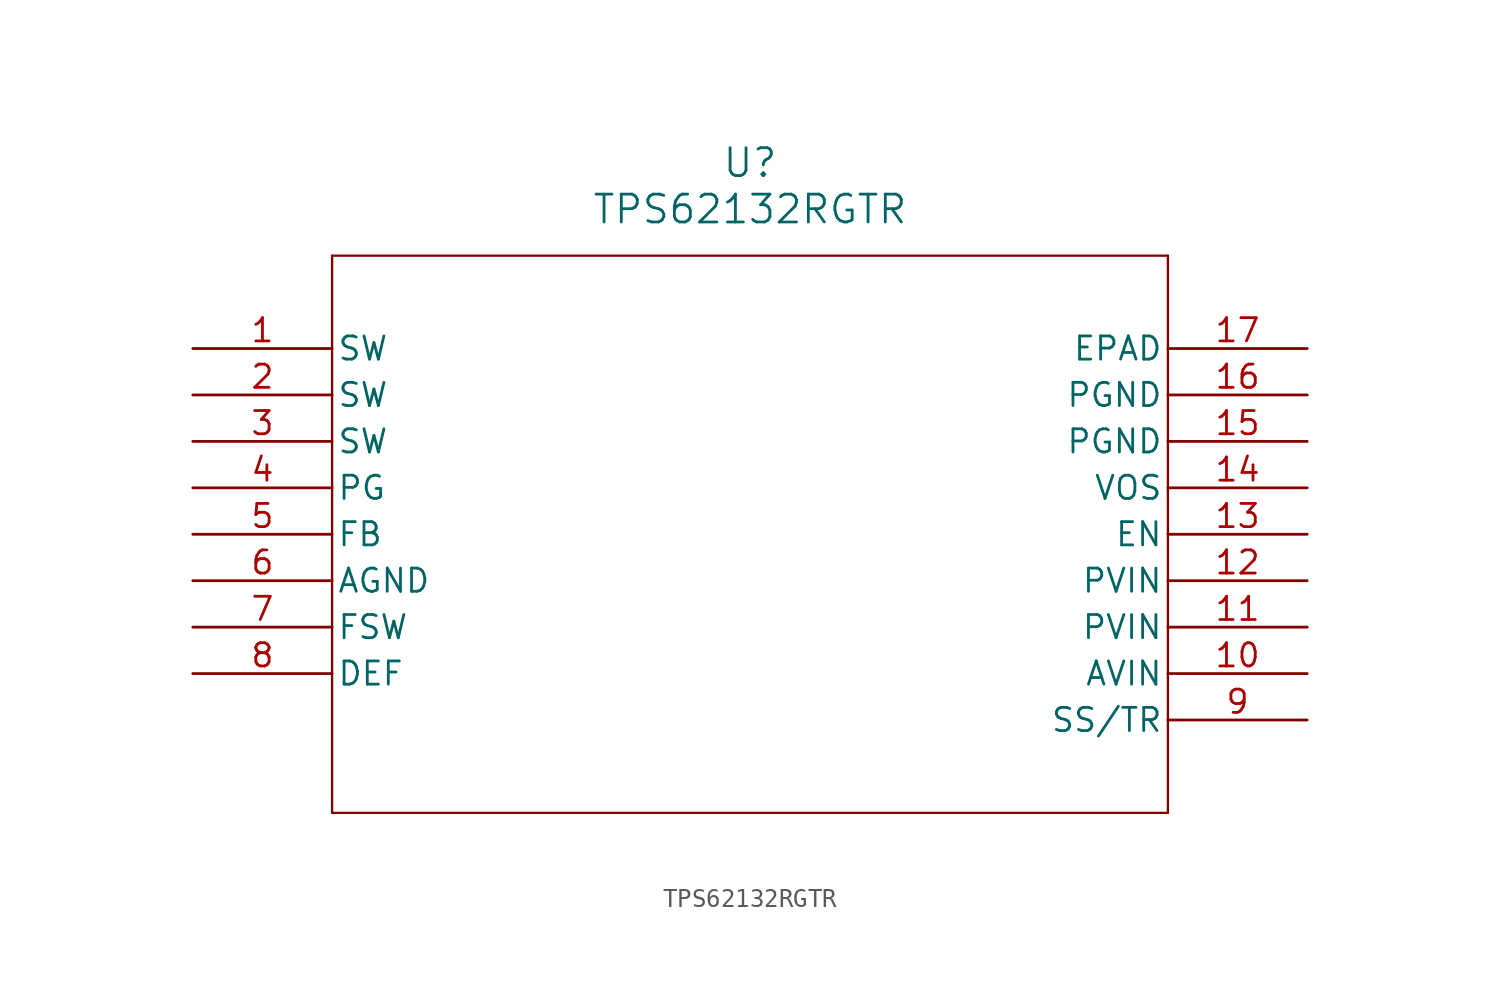
<source format=kicad_sym>
(kicad_symbol_lib
  (version 20211014)
  (generator kicad_symbol_editor)
  (symbol "TPS62132RGTR"
    (pin_names
      (offset 0.254))
    (property "Reference" "U"
      (at 30.48 10.16 0)
      (effects (font (size 1.524 1.524))))
    (property "Value" "TPS62132RGTR"
      (at 30.48 7.62 0)
      (effects (font (size 1.524 1.524))))
    (symbol "TPS62132RGTR_0_1"
      (polyline (pts (xy 7.62 5.08) (xy 7.62 -25.4)) (stroke (width 0.127) (type default) (color 0 0 0 0)) (fill (type none)))
      (polyline (pts (xy 7.62 -25.4) (xy 53.34 -25.4)) (stroke (width 0.127) (type default) (color 0 0 0 0)) (fill (type none)))
      (polyline (pts (xy 53.34 -25.4) (xy 53.34 5.08)) (stroke (width 0.127) (type default) (color 0 0 0 0)) (fill (type none)))
      (polyline (pts (xy 53.34 5.08) (xy 7.62 5.08)) (stroke (width 0.127) (type default) (color 0 0 0 0)) (fill (type none)))
      (pin output line (at 0 0 0) (length 7.62) (name "SW" (effects (font (size 1.27 1.27)))) (number "1" (effects (font (size 1.27 1.27)))))
      (pin output line (at 0 -2.54 0) (length 7.62) (name "SW" (effects (font (size 1.27 1.27)))) (number "2" (effects (font (size 1.27 1.27)))))
      (pin output line (at 0 -5.08 0) (length 7.62) (name "SW" (effects (font (size 1.27 1.27)))) (number "3" (effects (font (size 1.27 1.27)))))
      (pin output line (at 0 -7.62 0) (length 7.62) (name "PG" (effects (font (size 1.27 1.27)))) (number "4" (effects (font (size 1.27 1.27)))))
      (pin input line (at 0 -10.16 0) (length 7.62) (name "FB" (effects (font (size 1.27 1.27)))) (number "5" (effects (font (size 1.27 1.27)))))
      (pin power_in line (at 0 -12.7 0) (length 7.62) (name "AGND" (effects (font (size 1.27 1.27)))) (number "6" (effects (font (size 1.27 1.27)))))
      (pin input line (at 0 -15.24 0) (length 7.62) (name "FSW" (effects (font (size 1.27 1.27)))) (number "7" (effects (font (size 1.27 1.27)))))
      (pin input line (at 0 -17.78 0) (length 7.62) (name "DEF" (effects (font (size 1.27 1.27)))) (number "8" (effects (font (size 1.27 1.27)))))
      (pin input line (at 60.96 -20.32 180) (length 7.62) (name "SS/TR" (effects (font (size 1.27 1.27)))) (number "9" (effects (font (size 1.27 1.27)))))
      (pin input line (at 60.96 -17.78 180) (length 7.62) (name "AVIN" (effects (font (size 1.27 1.27)))) (number "10" (effects (font (size 1.27 1.27)))))
      (pin input line (at 60.96 -15.24 180) (length 7.62) (name "PVIN" (effects (font (size 1.27 1.27)))) (number "11" (effects (font (size 1.27 1.27)))))
      (pin input line (at 60.96 -12.7 180) (length 7.62) (name "PVIN" (effects (font (size 1.27 1.27)))) (number "12" (effects (font (size 1.27 1.27)))))
      (pin input line (at 60.96 -10.16 180) (length 7.62) (name "EN" (effects (font (size 1.27 1.27)))) (number "13" (effects (font (size 1.27 1.27)))))
      (pin input line (at 60.96 -7.62 180) (length 7.62) (name "VOS" (effects (font (size 1.27 1.27)))) (number "14" (effects (font (size 1.27 1.27)))))
      (pin power_in line (at 60.96 -5.08 180) (length 7.62) (name "PGND" (effects (font (size 1.27 1.27)))) (number "15" (effects (font (size 1.27 1.27)))))
      (pin power_in line (at 60.96 -2.54 180) (length 7.62) (name "PGND" (effects (font (size 1.27 1.27)))) (number "16" (effects (font (size 1.27 1.27)))))
      (pin unspecified line (at 60.96 0 180) (length 7.62) (name "EPAD" (effects (font (size 1.27 1.27)))) (number "17" (effects (font (size 1.27 1.27))))))))
</source>
